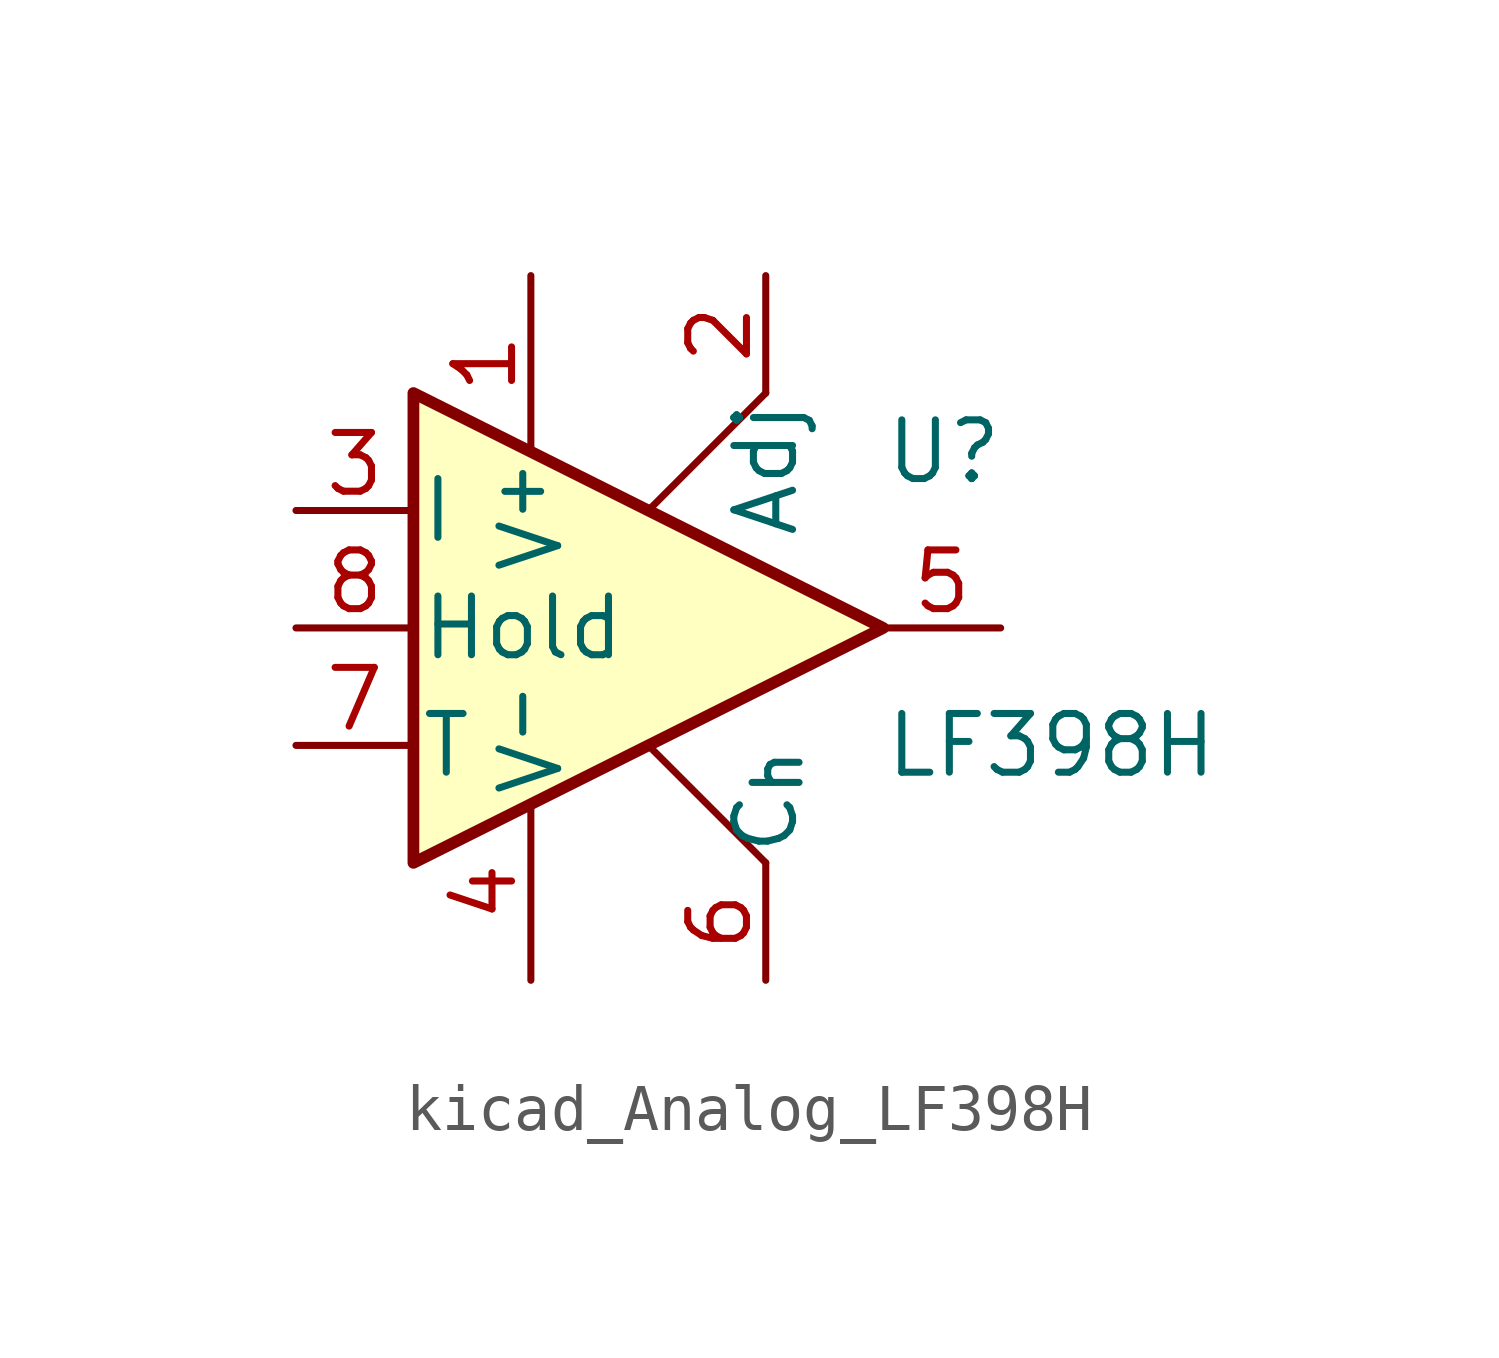
<source format=kicad_sym>
(kicad_symbol_lib
  (version 20220914)
  (generator kicad_symbol_editor)
  (symbol "kicad_Analog_LF398H"
    (pin_names
      (offset 0.127))
    (property "Reference" "U"
      (at 5.08 3.81 0)
      (effects (font (size 1.27 1.27)) (justify left)))
    (property "Value" "LF398H"
      (at 5.08 -2.54 0)
      (effects (font (size 1.27 1.27)) (justify left)))
    (symbol "kicad_Analog_LF398H_0_1"
      (polyline (pts (xy 0 -2.54) (xy 2.54 -5.08)) (stroke (width 0) (type default)) (fill (type none)))
      (polyline (pts (xy 2.54 5.08) (xy 0 2.54)) (stroke (width 0) (type default)) (fill (type none)))
      (polyline (pts (xy -5.08 5.08) (xy 5.08 0) (xy -5.08 -5.08) (xy -5.08 5.08)) (stroke (width 0.254) (type default)) (fill (type background))))
    (symbol "kicad_Analog_LF398H_1_1"
      (pin passive line (at -2.54 7.62 270) (length 3.81) (name "V^{+}" (effects (font (size 1.27 1.27)))) (number "1" (effects (font (size 1.27 1.27)))))
      (pin passive line (at 2.54 7.62 270) (length 2.54) (name "Adj" (effects (font (size 1.27 1.27)))) (number "2" (effects (font (size 1.27 1.27)))))
      (pin input line (at -7.62 2.54 0) (length 2.54) (name "I" (effects (font (size 1.27 1.27)))) (number "3" (effects (font (size 1.27 1.27)))))
      (pin passive line (at -2.54 -7.62 90) (length 3.81) (name "V^{-}" (effects (font (size 1.27 1.27)))) (number "4" (effects (font (size 1.27 1.27)))))
      (pin output line (at 7.62 0 180) (length 2.54) (name "~" (effects (font (size 1.27 1.27)))) (number "5" (effects (font (size 1.27 1.27)))))
      (pin passive line (at 2.54 -7.62 90) (length 2.54) (name "C_{h}" (effects (font (size 1.27 1.27)))) (number "6" (effects (font (size 1.27 1.27)))))
      (pin passive line (at -7.62 -2.54 0) (length 2.54) (name "T" (effects (font (size 1.27 1.27)))) (number "7" (effects (font (size 1.27 1.27)))))
      (pin input line (at -7.62 0 0) (length 2.54) (name "Hold" (effects (font (size 1.27 1.27)))) (number "8" (effects (font (size 1.27 1.27))))))))
</source>
